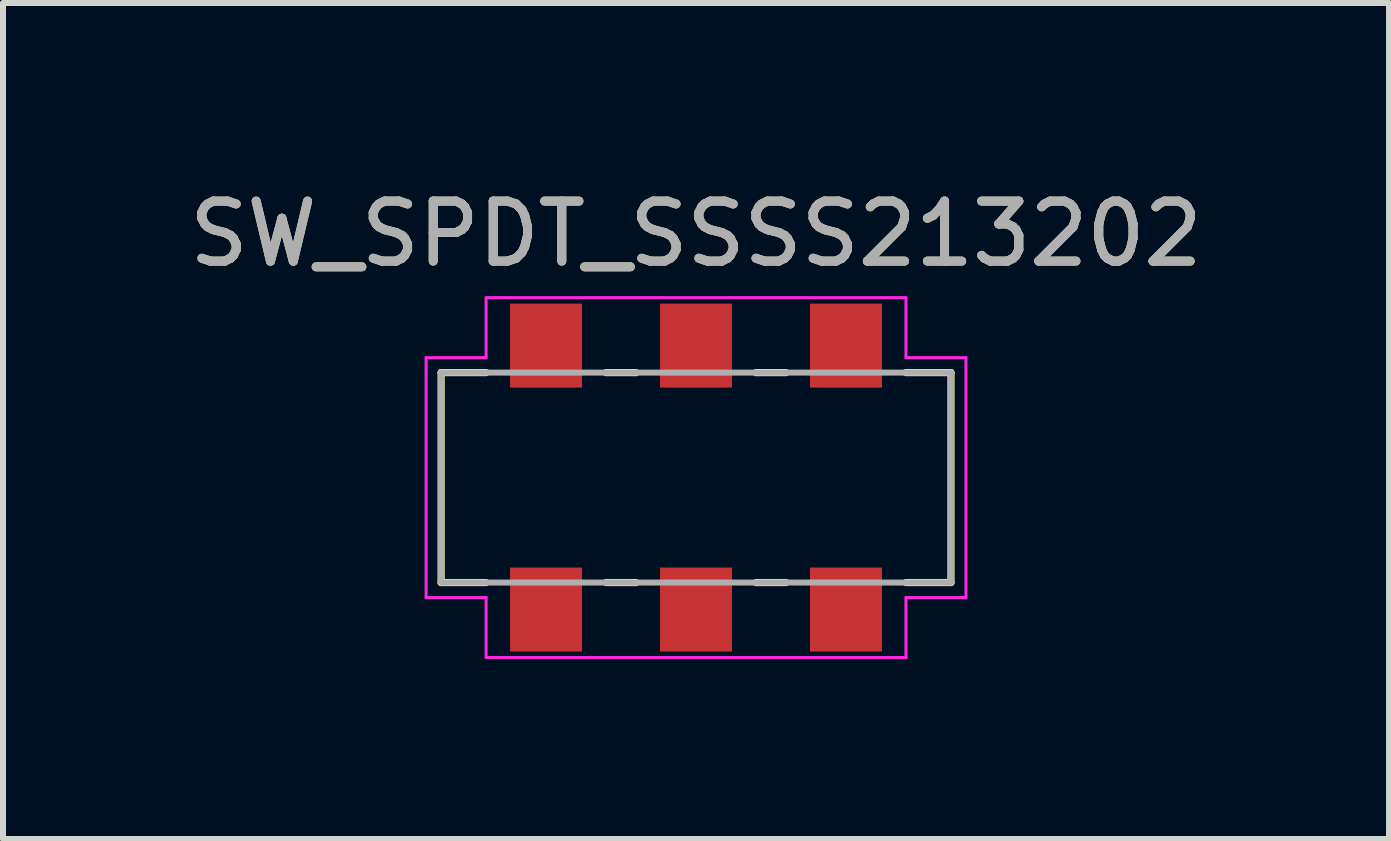
<source format=kicad_pcb>
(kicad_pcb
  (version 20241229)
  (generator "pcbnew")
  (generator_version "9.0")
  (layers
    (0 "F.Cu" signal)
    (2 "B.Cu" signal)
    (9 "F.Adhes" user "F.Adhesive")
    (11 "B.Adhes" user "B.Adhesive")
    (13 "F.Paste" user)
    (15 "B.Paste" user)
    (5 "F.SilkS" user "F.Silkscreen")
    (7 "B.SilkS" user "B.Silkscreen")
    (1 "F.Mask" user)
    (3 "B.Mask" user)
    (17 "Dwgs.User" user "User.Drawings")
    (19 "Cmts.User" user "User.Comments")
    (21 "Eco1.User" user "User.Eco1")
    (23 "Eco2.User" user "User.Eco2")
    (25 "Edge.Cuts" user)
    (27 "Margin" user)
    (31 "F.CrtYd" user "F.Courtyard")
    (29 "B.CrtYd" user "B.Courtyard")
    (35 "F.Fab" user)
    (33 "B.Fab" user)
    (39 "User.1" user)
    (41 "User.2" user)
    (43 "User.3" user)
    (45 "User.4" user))
  (footprint "SW_SPDT_SSSS213202"
    (layer "F.Cu")
    (at 8.554 4.912)
    (property "Reference" "SW_SPDT_SSSS213202" (at 0 -4.064 0) (layer "F.SilkS") (effects (font (size 1 1) (thickness 0.15))))
    (attr smd)
    (fp_line (start -4.25 -1.75) (end -3.5 -1.75) (stroke (width 0.12) (type solid)) (layer "F.SilkS"))
    (fp_line (start -4.25 1.75) (end -4.25 -1.75) (stroke (width 0.12) (type solid)) (layer "F.SilkS"))
    (fp_line (start -3.5 1.75) (end -4.25 1.75) (stroke (width 0.12) (type solid)) (layer "F.SilkS"))
    (fp_line (start -1.5 -1.75) (end -1 -1.75) (stroke (width 0.12) (type solid)) (layer "F.SilkS"))
    (fp_line (start -1.5 1.75) (end -1 1.75) (stroke (width 0.12) (type solid)) (layer "F.SilkS"))
    (fp_line (start 1 -1.75) (end 1.5 -1.75) (stroke (width 0.12) (type solid)) (layer "F.SilkS"))
    (fp_line (start 1 1.75) (end 1.5 1.75) (stroke (width 0.12) (type solid)) (layer "F.SilkS"))
    (fp_line (start 3.5 1.75) (end 4.25 1.75) (stroke (width 0.12) (type solid)) (layer "F.SilkS"))
    (fp_line (start 4.25 -1.75) (end 3.5 -1.75) (stroke (width 0.12) (type solid)) (layer "F.SilkS"))
    (fp_line (start 4.25 -1.75) (end 4.25 1.75) (stroke (width 0.12) (type solid)) (layer "F.SilkS"))
    (fp_line (start -4.5 -2) (end -4.5 2) (stroke (width 0.05) (type solid)) (layer "F.CrtYd"))
    (fp_line (start -4.5 -2) (end -3.5 -2) (stroke (width 0.05) (type solid)) (layer "F.CrtYd"))
    (fp_line (start -4.5 2) (end -3.5 2) (stroke (width 0.05) (type solid)) (layer "F.CrtYd"))
    (fp_line (start -3.5 -2) (end -3.5 -3) (stroke (width 0.05) (type solid)) (layer "F.CrtYd"))
    (fp_line (start -3.5 2) (end -3.5 3) (stroke (width 0.05) (type solid)) (layer "F.CrtYd"))
    (fp_line (start -3.5 3) (end 3.5 3) (stroke (width 0.05) (type solid)) (layer "F.CrtYd"))
    (fp_line (start 3.5 -3) (end -3.5 -3) (stroke (width 0.05) (type solid)) (layer "F.CrtYd"))
    (fp_line (start 3.5 -3) (end 3.5 -2) (stroke (width 0.05) (type solid)) (layer "F.CrtYd"))
    (fp_line (start 3.5 -2) (end 4.5 -2) (stroke (width 0.05) (type solid)) (layer "F.CrtYd"))
    (fp_line (start 3.5 2) (end 3.5 3) (stroke (width 0.05) (type solid)) (layer "F.CrtYd"))
    (fp_line (start 4.5 2) (end 3.5 2) (stroke (width 0.05) (type solid)) (layer "F.CrtYd"))
    (fp_line (start 4.5 2) (end 4.5 -2) (stroke (width 0.05) (type solid)) (layer "F.CrtYd"))
    (fp_line (start -4.25 -1.75) (end 4.25 -1.75) (stroke (width 0.1) (type solid)) (layer "F.Fab"))
    (fp_line (start -4.25 1.75) (end -4.25 -1.75) (stroke (width 0.1) (type solid)) (layer "F.Fab"))
    (fp_line (start 4.25 -1.75) (end 4.25 1.75) (stroke (width 0.1) (type solid)) (layer "F.Fab"))
    (fp_line (start 4.25 1.75) (end -4.25 1.75) (stroke (width 0.1) (type solid)) (layer "F.Fab"))
    (fp_text user "${REFERENCE}" (at 0 -4.064 0) (layer "F.Fab") (effects (font (size 1 1) (thickness 0.15))))
    (pad "1" smd rect (at -2.5 -2.2) (size 1.2 1.4) (layers "F.Cu" "F.Mask" "F.Paste"))
    (pad "1" smd rect (at -2.5 2.2) (size 1.2 1.4) (layers "F.Cu" "F.Mask" "F.Paste"))
    (pad "2" smd rect (at 0 -2.2) (size 1.2 1.4) (layers "F.Cu" "F.Mask" "F.Paste"))
    (pad "2" smd rect (at 0 2.2) (size 1.2 1.4) (layers "F.Cu" "F.Mask" "F.Paste"))
    (pad "3" smd rect (at 2.5 -2.2) (size 1.2 1.4) (layers "F.Cu" "F.Mask" "F.Paste"))
    (pad "3" smd rect (at 2.5 2.2) (size 1.2 1.4) (layers "F.Cu" "F.Mask" "F.Paste")))
  (gr_rect
    (start -3 -3)
    (end 20.107 10.937)
    (stroke (width 0.1) (type default))
    (fill no)
    (layer "Edge.Cuts")))
</source>
